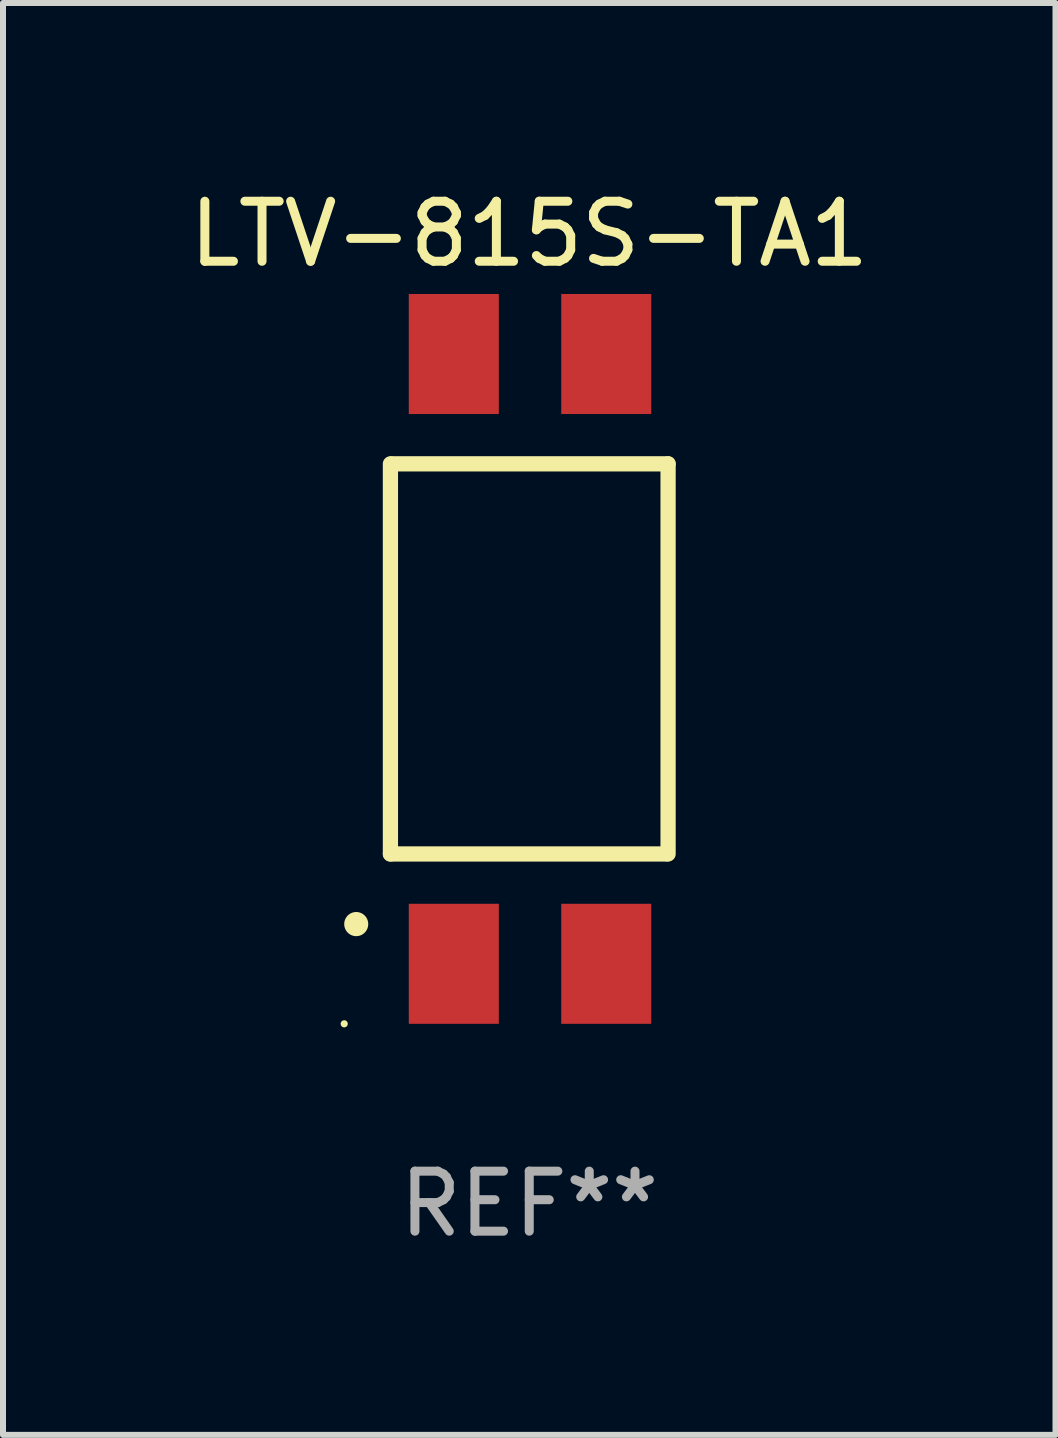
<source format=kicad_pcb>
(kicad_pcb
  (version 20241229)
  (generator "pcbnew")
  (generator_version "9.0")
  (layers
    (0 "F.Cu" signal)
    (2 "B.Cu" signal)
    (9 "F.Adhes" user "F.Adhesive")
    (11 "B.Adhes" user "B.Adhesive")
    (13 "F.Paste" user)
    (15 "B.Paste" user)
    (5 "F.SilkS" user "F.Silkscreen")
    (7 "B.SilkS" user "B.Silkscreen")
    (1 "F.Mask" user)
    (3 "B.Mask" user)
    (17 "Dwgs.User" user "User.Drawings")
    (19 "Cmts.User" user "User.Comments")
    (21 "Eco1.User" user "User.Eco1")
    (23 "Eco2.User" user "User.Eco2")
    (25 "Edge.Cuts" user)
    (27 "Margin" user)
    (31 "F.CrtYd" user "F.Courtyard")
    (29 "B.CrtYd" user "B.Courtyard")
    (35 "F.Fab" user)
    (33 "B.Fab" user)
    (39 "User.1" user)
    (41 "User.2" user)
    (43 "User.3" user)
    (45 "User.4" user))
  (footprint "LTV-815S-TA1"
    (layer "F.Cu")
    (at 5.768 7.928)
    (property "Reference" "LTV-815S-TA1" (at 0 -7.08 0) (layer "F.SilkS") (effects (font (size 1 1) (thickness 0.15))))
    (attr through_hole)
    (fp_line (start -2.313 3.25) (end -2.313 -3.25) (stroke (width 0.254) (type solid)) (layer "F.SilkS"))
    (fp_line (start -2.287 -3.25) (end 2.313 -3.25) (stroke (width 0.254) (type solid)) (layer "F.SilkS"))
    (fp_line (start 2.287 3.25) (end -2.313 3.25) (stroke (width 0.254) (type solid)) (layer "F.SilkS"))
    (fp_line (start 2.313 -3.25) (end 2.313 3.25) (stroke (width 0.254) (type solid)) (layer "F.SilkS"))
    (fp_arc (start -2.882906 4.419609) (mid -2.88291 4.418339) (end -2.882906 4.417069) (stroke (width 0.4) (type solid)) (layer "F.SilkS"))
    (fp_circle (center -3.083 6.08) (end -3.053 6.08) (stroke (width 0.06) (type solid)) (fill no) (layer "F.SilkS"))
    (fp_text user "REF**" (at 0 9.08 0) (layer "F.Fab") (effects (font (size 1 1) (thickness 0.15))))
    (pad "1" smd rect (at -1.257 5.08 180) (size 1.5 2) (layers "F.Cu" "F.Mask" "F.Paste"))
    (pad "2" smd rect (at 1.283 5.08 180) (size 1.5 2) (layers "F.Cu" "F.Mask" "F.Paste"))
    (pad "3" smd rect (at 1.283 -5.08 180) (size 1.5 2) (layers "F.Cu" "F.Mask" "F.Paste"))
    (pad "4" smd rect (at -1.257 -5.08 180) (size 1.5 2) (layers "F.Cu" "F.Mask" "F.Paste")))
  (gr_rect
    (start -3 -3)
    (end 14.536 20.857)
    (stroke (width 0.1) (type default))
    (fill no)
    (layer "Edge.Cuts")))
</source>
